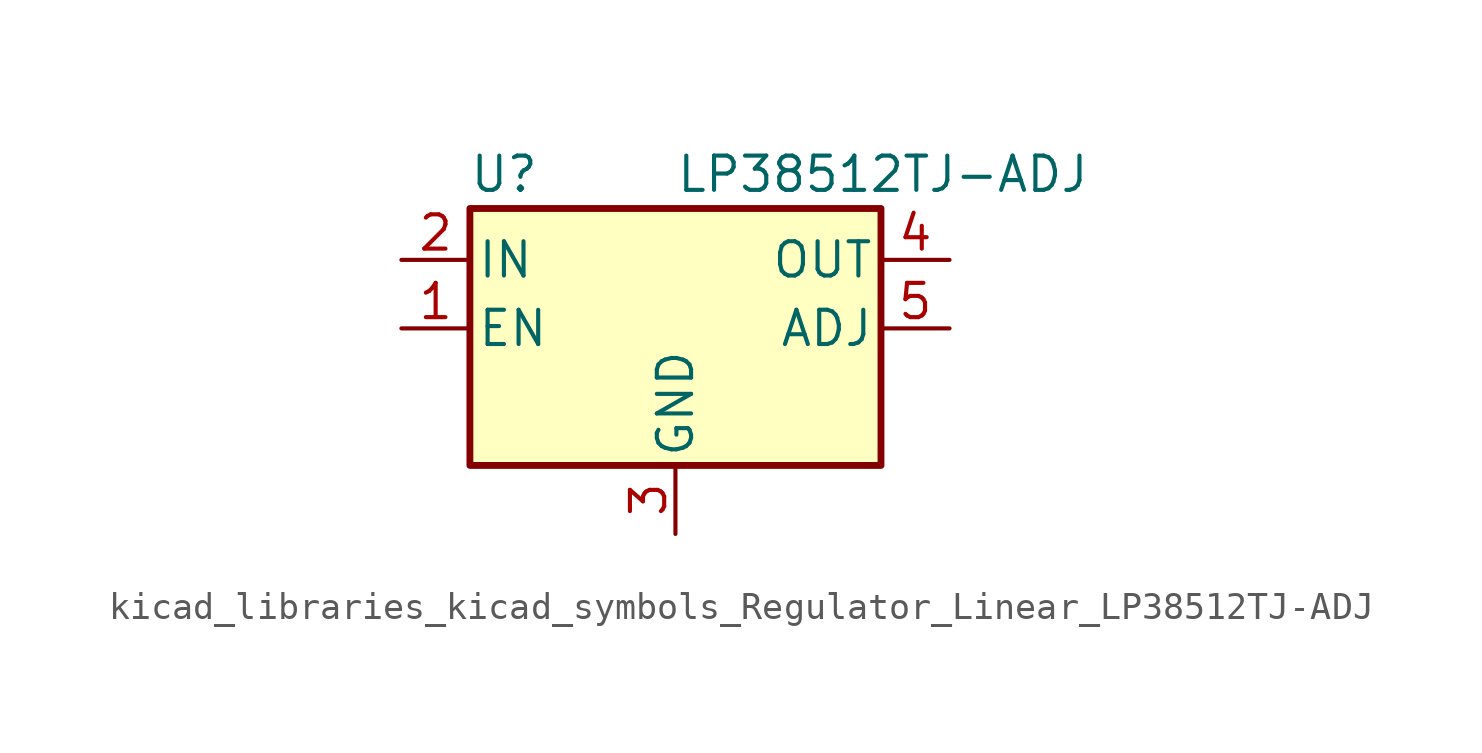
<source format=kicad_sym>
(kicad_symbol_lib
  (version 20220914)
  (generator kicad_symbol_editor)
  (symbol "kicad_libraries_kicad_symbols_Regulator_Linear_LP38512TJ-ADJ"
    (pin_names
      (offset 0.254))
    (property "Reference" "U"
      (at -6.35 5.715 0)
      (effects (font (size 1.27 1.27))))
    (property "Value" "LP38512TJ-ADJ"
      (at 0 5.715 0)
      (effects (font (size 1.27 1.27)) (justify left)))
    (symbol "kicad_libraries_kicad_symbols_Regulator_Linear_LP38512TJ-ADJ_0_1"
      (rectangle (start -7.62 -5.08) (end 7.62 4.445) (stroke (width 0.254) (type default)) (fill (type background))))
    (symbol "kicad_libraries_kicad_symbols_Regulator_Linear_LP38512TJ-ADJ_1_1"
      (pin input line (at -10.16 0 0) (length 2.54) (name "EN" (effects (font (size 1.27 1.27)))) (number "1" (effects (font (size 1.27 1.27)))))
      (pin power_in line (at -10.16 2.54 0) (length 2.54) (name "IN" (effects (font (size 1.27 1.27)))) (number "2" (effects (font (size 1.27 1.27)))))
      (pin power_in line (at 0 -7.62 90) (length 2.54) (name "GND" (effects (font (size 1.27 1.27)))) (number "3" (effects (font (size 1.27 1.27)))))
      (pin power_out line (at 10.16 2.54 180) (length 2.54) (name "OUT" (effects (font (size 1.27 1.27)))) (number "4" (effects (font (size 1.27 1.27)))))
      (pin input line (at 10.16 0 180) (length 2.54) (name "ADJ" (effects (font (size 1.27 1.27)))) (number "5" (effects (font (size 1.27 1.27)))))
      (pin passive line (at 0 -7.62 90) (length 2.54) hide (name "GND" (effects (font (size 1.27 1.27)))) (number "6" (effects (font (size 1.27 1.27))))))))
</source>
